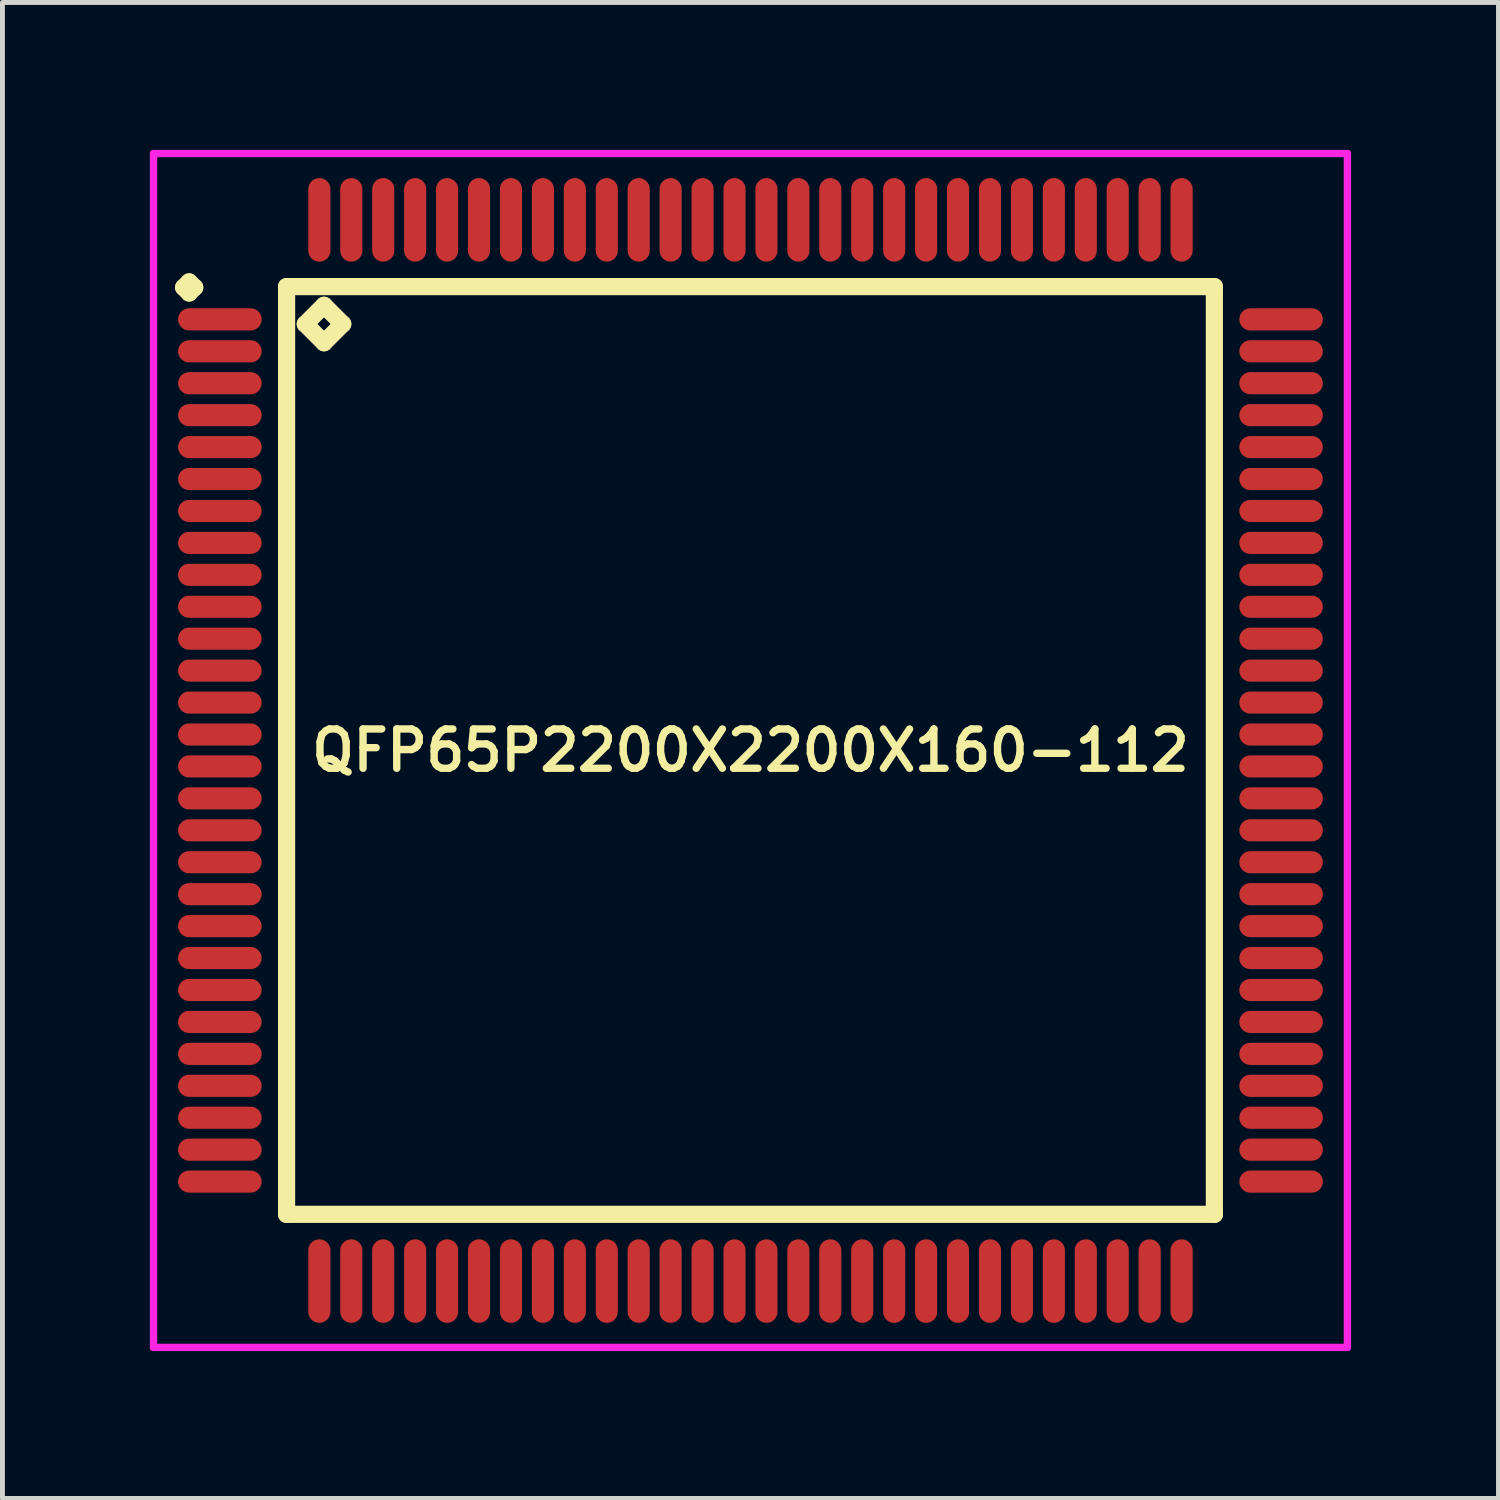
<source format=kicad_pcb>
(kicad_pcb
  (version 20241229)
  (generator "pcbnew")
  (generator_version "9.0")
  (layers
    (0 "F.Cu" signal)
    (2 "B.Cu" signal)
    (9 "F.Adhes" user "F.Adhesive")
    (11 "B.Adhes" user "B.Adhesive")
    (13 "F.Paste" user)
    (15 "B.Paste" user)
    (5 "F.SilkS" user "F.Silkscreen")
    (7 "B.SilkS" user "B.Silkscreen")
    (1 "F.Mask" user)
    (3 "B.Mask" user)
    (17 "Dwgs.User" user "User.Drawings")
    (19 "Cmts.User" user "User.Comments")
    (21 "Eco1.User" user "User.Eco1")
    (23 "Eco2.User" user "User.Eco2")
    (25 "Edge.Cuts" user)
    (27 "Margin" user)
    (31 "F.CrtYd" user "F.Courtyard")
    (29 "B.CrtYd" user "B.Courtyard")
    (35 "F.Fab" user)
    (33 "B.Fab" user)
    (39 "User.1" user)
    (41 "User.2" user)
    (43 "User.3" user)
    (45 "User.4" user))
  (footprint "QFP65P2200X2200X160-112"
    (layer "F.Cu")
    (at 12.225 12.225)
    (property "Reference" "QFP65P2200X2200X160-112" (at 0 0 0) (layer "F.SilkS") (effects (font (size 0.8 0.8) (thickness 0.15))))
    (attr smd)
    (fp_line (start -11.537 -9.425) (end -11.425 -9.537) (stroke (width 0.35) (type solid)) (layer "F.SilkS"))
    (fp_line (start -11.425 -9.537) (end -11.312 -9.425) (stroke (width 0.35) (type solid)) (layer "F.SilkS"))
    (fp_line (start -11.425 -9.312) (end -11.537 -9.425) (stroke (width 0.35) (type solid)) (layer "F.SilkS"))
    (fp_line (start -11.312 -9.425) (end -11.425 -9.312) (stroke (width 0.35) (type solid)) (layer "F.SilkS"))
    (fp_line (start -9.442 -9.442) (end -9.442 9.442) (stroke (width 0.35) (type solid)) (layer "F.SilkS"))
    (fp_line (start -9.442 9.442) (end 9.442 9.442) (stroke (width 0.35) (type solid)) (layer "F.SilkS"))
    (fp_line (start -9.061 -8.68) (end -8.68 -9.061) (stroke (width 0.35) (type solid)) (layer "F.SilkS"))
    (fp_line (start -8.68 -9.061) (end -8.299 -8.68) (stroke (width 0.35) (type solid)) (layer "F.SilkS"))
    (fp_line (start -8.68 -8.299) (end -9.061 -8.68) (stroke (width 0.35) (type solid)) (layer "F.SilkS"))
    (fp_line (start -8.299 -8.68) (end -8.68 -8.299) (stroke (width 0.35) (type solid)) (layer "F.SilkS"))
    (fp_line (start 9.442 -9.442) (end -9.442 -9.442) (stroke (width 0.35) (type solid)) (layer "F.SilkS"))
    (fp_line (start 9.442 9.442) (end 9.442 -9.442) (stroke (width 0.35) (type solid)) (layer "F.SilkS"))
    (fp_line (start -12.15 -12.15) (end 12.15 -12.15) (stroke (width 0.15) (type solid)) (layer "F.CrtYd"))
    (fp_line (start -12.15 12.15) (end -12.15 -12.15) (stroke (width 0.15) (type solid)) (layer "F.CrtYd"))
    (fp_line (start 12.15 -12.15) (end 12.15 12.15) (stroke (width 0.15) (type solid)) (layer "F.CrtYd"))
    (fp_line (start 12.15 12.15) (end -12.15 12.15) (stroke (width 0.15) (type solid)) (layer "F.CrtYd"))
    (pad "1" smd oval (at -10.8 -8.775) (size 1.7 0.45) (layers "F.Cu" "F.Mask" "F.Paste"))
    (pad "2" smd oval (at -10.8 -8.125) (size 1.7 0.45) (layers "F.Cu" "F.Mask" "F.Paste"))
    (pad "3" smd oval (at -10.8 -7.475) (size 1.7 0.45) (layers "F.Cu" "F.Mask" "F.Paste"))
    (pad "4" smd oval (at -10.8 -6.825) (size 1.7 0.45) (layers "F.Cu" "F.Mask" "F.Paste"))
    (pad "5" smd oval (at -10.8 -6.175) (size 1.7 0.45) (layers "F.Cu" "F.Mask" "F.Paste"))
    (pad "6" smd oval (at -10.8 -5.525) (size 1.7 0.45) (layers "F.Cu" "F.Mask" "F.Paste"))
    (pad "7" smd oval (at -10.8 -4.875) (size 1.7 0.45) (layers "F.Cu" "F.Mask" "F.Paste"))
    (pad "8" smd oval (at -10.8 -4.225) (size 1.7 0.45) (layers "F.Cu" "F.Mask" "F.Paste"))
    (pad "9" smd oval (at -10.8 -3.575) (size 1.7 0.45) (layers "F.Cu" "F.Mask" "F.Paste"))
    (pad "10" smd oval (at -10.8 -2.925) (size 1.7 0.45) (layers "F.Cu" "F.Mask" "F.Paste"))
    (pad "11" smd oval (at -10.8 -2.275) (size 1.7 0.45) (layers "F.Cu" "F.Mask" "F.Paste"))
    (pad "12" smd oval (at -10.8 -1.625) (size 1.7 0.45) (layers "F.Cu" "F.Mask" "F.Paste"))
    (pad "13" smd oval (at -10.8 -0.975) (size 1.7 0.45) (layers "F.Cu" "F.Mask" "F.Paste"))
    (pad "14" smd oval (at -10.8 -0.325) (size 1.7 0.45) (layers "F.Cu" "F.Mask" "F.Paste"))
    (pad "15" smd oval (at -10.8 0.325) (size 1.7 0.45) (layers "F.Cu" "F.Mask" "F.Paste"))
    (pad "16" smd oval (at -10.8 0.975) (size 1.7 0.45) (layers "F.Cu" "F.Mask" "F.Paste"))
    (pad "17" smd oval (at -10.8 1.625) (size 1.7 0.45) (layers "F.Cu" "F.Mask" "F.Paste"))
    (pad "18" smd oval (at -10.8 2.275) (size 1.7 0.45) (layers "F.Cu" "F.Mask" "F.Paste"))
    (pad "19" smd oval (at -10.8 2.925) (size 1.7 0.45) (layers "F.Cu" "F.Mask" "F.Paste"))
    (pad "20" smd oval (at -10.8 3.575) (size 1.7 0.45) (layers "F.Cu" "F.Mask" "F.Paste"))
    (pad "21" smd oval (at -10.8 4.225) (size 1.7 0.45) (layers "F.Cu" "F.Mask" "F.Paste"))
    (pad "22" smd oval (at -10.8 4.875) (size 1.7 0.45) (layers "F.Cu" "F.Mask" "F.Paste"))
    (pad "23" smd oval (at -10.8 5.525) (size 1.7 0.45) (layers "F.Cu" "F.Mask" "F.Paste"))
    (pad "24" smd oval (at -10.8 6.175) (size 1.7 0.45) (layers "F.Cu" "F.Mask" "F.Paste"))
    (pad "25" smd oval (at -10.8 6.825) (size 1.7 0.45) (layers "F.Cu" "F.Mask" "F.Paste"))
    (pad "26" smd oval (at -10.8 7.475) (size 1.7 0.45) (layers "F.Cu" "F.Mask" "F.Paste"))
    (pad "27" smd oval (at -10.8 8.125) (size 1.7 0.45) (layers "F.Cu" "F.Mask" "F.Paste"))
    (pad "28" smd oval (at -10.8 8.775) (size 1.7 0.45) (layers "F.Cu" "F.Mask" "F.Paste"))
    (pad "29" smd oval (at -8.775 10.8) (size 0.45 1.7) (layers "F.Cu" "F.Mask" "F.Paste"))
    (pad "30" smd oval (at -8.125 10.8) (size 0.45 1.7) (layers "F.Cu" "F.Mask" "F.Paste"))
    (pad "31" smd oval (at -7.475 10.8) (size 0.45 1.7) (layers "F.Cu" "F.Mask" "F.Paste"))
    (pad "32" smd oval (at -6.825 10.8) (size 0.45 1.7) (layers "F.Cu" "F.Mask" "F.Paste"))
    (pad "33" smd oval (at -6.175 10.8) (size 0.45 1.7) (layers "F.Cu" "F.Mask" "F.Paste"))
    (pad "34" smd oval (at -5.525 10.8) (size 0.45 1.7) (layers "F.Cu" "F.Mask" "F.Paste"))
    (pad "35" smd oval (at -4.875 10.8) (size 0.45 1.7) (layers "F.Cu" "F.Mask" "F.Paste"))
    (pad "36" smd oval (at -4.225 10.8) (size 0.45 1.7) (layers "F.Cu" "F.Mask" "F.Paste"))
    (pad "37" smd oval (at -3.575 10.8) (size 0.45 1.7) (layers "F.Cu" "F.Mask" "F.Paste"))
    (pad "38" smd oval (at -2.925 10.8) (size 0.45 1.7) (layers "F.Cu" "F.Mask" "F.Paste"))
    (pad "39" smd oval (at -2.275 10.8) (size 0.45 1.7) (layers "F.Cu" "F.Mask" "F.Paste"))
    (pad "40" smd oval (at -1.625 10.8) (size 0.45 1.7) (layers "F.Cu" "F.Mask" "F.Paste"))
    (pad "41" smd oval (at -0.975 10.8) (size 0.45 1.7) (layers "F.Cu" "F.Mask" "F.Paste"))
    (pad "42" smd oval (at -0.325 10.8) (size 0.45 1.7) (layers "F.Cu" "F.Mask" "F.Paste"))
    (pad "43" smd oval (at 0.325 10.8) (size 0.45 1.7) (layers "F.Cu" "F.Mask" "F.Paste"))
    (pad "44" smd oval (at 0.975 10.8) (size 0.45 1.7) (layers "F.Cu" "F.Mask" "F.Paste"))
    (pad "45" smd oval (at 1.625 10.8) (size 0.45 1.7) (layers "F.Cu" "F.Mask" "F.Paste"))
    (pad "46" smd oval (at 2.275 10.8) (size 0.45 1.7) (layers "F.Cu" "F.Mask" "F.Paste"))
    (pad "47" smd oval (at 2.925 10.8) (size 0.45 1.7) (layers "F.Cu" "F.Mask" "F.Paste"))
    (pad "48" smd oval (at 3.575 10.8) (size 0.45 1.7) (layers "F.Cu" "F.Mask" "F.Paste"))
    (pad "49" smd oval (at 4.225 10.8) (size 0.45 1.7) (layers "F.Cu" "F.Mask" "F.Paste"))
    (pad "50" smd oval (at 4.875 10.8) (size 0.45 1.7) (layers "F.Cu" "F.Mask" "F.Paste"))
    (pad "51" smd oval (at 5.525 10.8) (size 0.45 1.7) (layers "F.Cu" "F.Mask" "F.Paste"))
    (pad "52" smd oval (at 6.175 10.8) (size 0.45 1.7) (layers "F.Cu" "F.Mask" "F.Paste"))
    (pad "53" smd oval (at 6.825 10.8) (size 0.45 1.7) (layers "F.Cu" "F.Mask" "F.Paste"))
    (pad "54" smd oval (at 7.475 10.8) (size 0.45 1.7) (layers "F.Cu" "F.Mask" "F.Paste"))
    (pad "55" smd oval (at 8.125 10.8) (size 0.45 1.7) (layers "F.Cu" "F.Mask" "F.Paste"))
    (pad "56" smd oval (at 8.775 10.8) (size 0.45 1.7) (layers "F.Cu" "F.Mask" "F.Paste"))
    (pad "57" smd oval (at 10.8 8.775) (size 1.7 0.45) (layers "F.Cu" "F.Mask" "F.Paste"))
    (pad "58" smd oval (at 10.8 8.125) (size 1.7 0.45) (layers "F.Cu" "F.Mask" "F.Paste"))
    (pad "59" smd oval (at 10.8 7.475) (size 1.7 0.45) (layers "F.Cu" "F.Mask" "F.Paste"))
    (pad "60" smd oval (at 10.8 6.825) (size 1.7 0.45) (layers "F.Cu" "F.Mask" "F.Paste"))
    (pad "61" smd oval (at 10.8 6.175) (size 1.7 0.45) (layers "F.Cu" "F.Mask" "F.Paste"))
    (pad "62" smd oval (at 10.8 5.525) (size 1.7 0.45) (layers "F.Cu" "F.Mask" "F.Paste"))
    (pad "63" smd oval (at 10.8 4.875) (size 1.7 0.45) (layers "F.Cu" "F.Mask" "F.Paste"))
    (pad "64" smd oval (at 10.8 4.225) (size 1.7 0.45) (layers "F.Cu" "F.Mask" "F.Paste"))
    (pad "65" smd oval (at 10.8 3.575) (size 1.7 0.45) (layers "F.Cu" "F.Mask" "F.Paste"))
    (pad "66" smd oval (at 10.8 2.925) (size 1.7 0.45) (layers "F.Cu" "F.Mask" "F.Paste"))
    (pad "67" smd oval (at 10.8 2.275) (size 1.7 0.45) (layers "F.Cu" "F.Mask" "F.Paste"))
    (pad "68" smd oval (at 10.8 1.625) (size 1.7 0.45) (layers "F.Cu" "F.Mask" "F.Paste"))
    (pad "69" smd oval (at 10.8 0.975) (size 1.7 0.45) (layers "F.Cu" "F.Mask" "F.Paste"))
    (pad "70" smd oval (at 10.8 0.325) (size 1.7 0.45) (layers "F.Cu" "F.Mask" "F.Paste"))
    (pad "71" smd oval (at 10.8 -0.325) (size 1.7 0.45) (layers "F.Cu" "F.Mask" "F.Paste"))
    (pad "72" smd oval (at 10.8 -0.975) (size 1.7 0.45) (layers "F.Cu" "F.Mask" "F.Paste"))
    (pad "73" smd oval (at 10.8 -1.625) (size 1.7 0.45) (layers "F.Cu" "F.Mask" "F.Paste"))
    (pad "74" smd oval (at 10.8 -2.275) (size 1.7 0.45) (layers "F.Cu" "F.Mask" "F.Paste"))
    (pad "75" smd oval (at 10.8 -2.925) (size 1.7 0.45) (layers "F.Cu" "F.Mask" "F.Paste"))
    (pad "76" smd oval (at 10.8 -3.575) (size 1.7 0.45) (layers "F.Cu" "F.Mask" "F.Paste"))
    (pad "77" smd oval (at 10.8 -4.225) (size 1.7 0.45) (layers "F.Cu" "F.Mask" "F.Paste"))
    (pad "78" smd oval (at 10.8 -4.875) (size 1.7 0.45) (layers "F.Cu" "F.Mask" "F.Paste"))
    (pad "79" smd oval (at 10.8 -5.525) (size 1.7 0.45) (layers "F.Cu" "F.Mask" "F.Paste"))
    (pad "80" smd oval (at 10.8 -6.175) (size 1.7 0.45) (layers "F.Cu" "F.Mask" "F.Paste"))
    (pad "81" smd oval (at 10.8 -6.825) (size 1.7 0.45) (layers "F.Cu" "F.Mask" "F.Paste"))
    (pad "82" smd oval (at 10.8 -7.475) (size 1.7 0.45) (layers "F.Cu" "F.Mask" "F.Paste"))
    (pad "83" smd oval (at 10.8 -8.125) (size 1.7 0.45) (layers "F.Cu" "F.Mask" "F.Paste"))
    (pad "84" smd oval (at 10.8 -8.775) (size 1.7 0.45) (layers "F.Cu" "F.Mask" "F.Paste"))
    (pad "85" smd oval (at 8.775 -10.8) (size 0.45 1.7) (layers "F.Cu" "F.Mask" "F.Paste"))
    (pad "86" smd oval (at 8.125 -10.8) (size 0.45 1.7) (layers "F.Cu" "F.Mask" "F.Paste"))
    (pad "87" smd oval (at 7.475 -10.8) (size 0.45 1.7) (layers "F.Cu" "F.Mask" "F.Paste"))
    (pad "88" smd oval (at 6.825 -10.8) (size 0.45 1.7) (layers "F.Cu" "F.Mask" "F.Paste"))
    (pad "89" smd oval (at 6.175 -10.8) (size 0.45 1.7) (layers "F.Cu" "F.Mask" "F.Paste"))
    (pad "90" smd oval (at 5.525 -10.8) (size 0.45 1.7) (layers "F.Cu" "F.Mask" "F.Paste"))
    (pad "91" smd oval (at 4.875 -10.8) (size 0.45 1.7) (layers "F.Cu" "F.Mask" "F.Paste"))
    (pad "92" smd oval (at 4.225 -10.8) (size 0.45 1.7) (layers "F.Cu" "F.Mask" "F.Paste"))
    (pad "93" smd oval (at 3.575 -10.8) (size 0.45 1.7) (layers "F.Cu" "F.Mask" "F.Paste"))
    (pad "94" smd oval (at 2.925 -10.8) (size 0.45 1.7) (layers "F.Cu" "F.Mask" "F.Paste"))
    (pad "95" smd oval (at 2.275 -10.8) (size 0.45 1.7) (layers "F.Cu" "F.Mask" "F.Paste"))
    (pad "96" smd oval (at 1.625 -10.8) (size 0.45 1.7) (layers "F.Cu" "F.Mask" "F.Paste"))
    (pad "97" smd oval (at 0.975 -10.8) (size 0.45 1.7) (layers "F.Cu" "F.Mask" "F.Paste"))
    (pad "98" smd oval (at 0.325 -10.8) (size 0.45 1.7) (layers "F.Cu" "F.Mask" "F.Paste"))
    (pad "99" smd oval (at -0.325 -10.8) (size 0.45 1.7) (layers "F.Cu" "F.Mask" "F.Paste"))
    (pad "100" smd oval (at -0.975 -10.8) (size 0.45 1.7) (layers "F.Cu" "F.Mask" "F.Paste"))
    (pad "101" smd oval (at -1.625 -10.8) (size 0.45 1.7) (layers "F.Cu" "F.Mask" "F.Paste"))
    (pad "102" smd oval (at -2.275 -10.8) (size 0.45 1.7) (layers "F.Cu" "F.Mask" "F.Paste"))
    (pad "103" smd oval (at -2.925 -10.8) (size 0.45 1.7) (layers "F.Cu" "F.Mask" "F.Paste"))
    (pad "104" smd oval (at -3.575 -10.8) (size 0.45 1.7) (layers "F.Cu" "F.Mask" "F.Paste"))
    (pad "105" smd oval (at -4.225 -10.8) (size 0.45 1.7) (layers "F.Cu" "F.Mask" "F.Paste"))
    (pad "106" smd oval (at -4.875 -10.8) (size 0.45 1.7) (layers "F.Cu" "F.Mask" "F.Paste"))
    (pad "107" smd oval (at -5.525 -10.8) (size 0.45 1.7) (layers "F.Cu" "F.Mask" "F.Paste"))
    (pad "108" smd oval (at -6.175 -10.8) (size 0.45 1.7) (layers "F.Cu" "F.Mask" "F.Paste"))
    (pad "109" smd oval (at -6.825 -10.8) (size 0.45 1.7) (layers "F.Cu" "F.Mask" "F.Paste"))
    (pad "110" smd oval (at -7.475 -10.8) (size 0.45 1.7) (layers "F.Cu" "F.Mask" "F.Paste"))
    (pad "111" smd oval (at -8.125 -10.8) (size 0.45 1.7) (layers "F.Cu" "F.Mask" "F.Paste"))
    (pad "112" smd oval (at -8.775 -10.8) (size 0.45 1.7) (layers "F.Cu" "F.Mask" "F.Paste")))
  (gr_rect
    (start -3 -3)
    (end 27.45 27.45)
    (stroke (width 0.1) (type default))
    (fill no)
    (layer "Edge.Cuts")))
</source>
